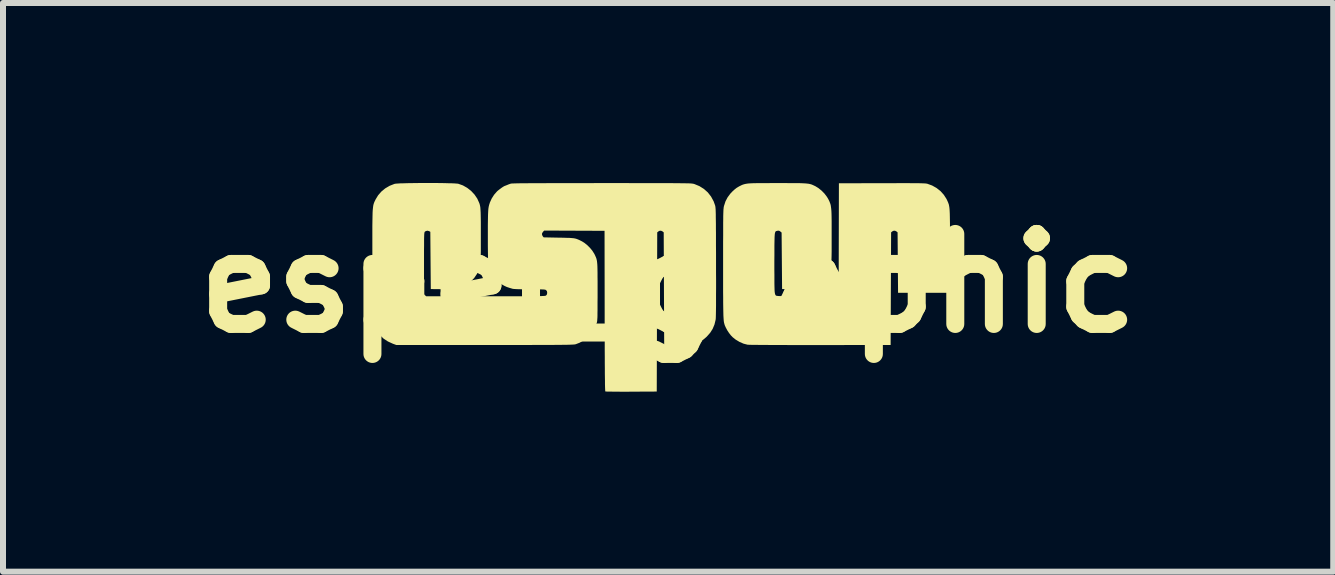
<source format=kicad_pcb>
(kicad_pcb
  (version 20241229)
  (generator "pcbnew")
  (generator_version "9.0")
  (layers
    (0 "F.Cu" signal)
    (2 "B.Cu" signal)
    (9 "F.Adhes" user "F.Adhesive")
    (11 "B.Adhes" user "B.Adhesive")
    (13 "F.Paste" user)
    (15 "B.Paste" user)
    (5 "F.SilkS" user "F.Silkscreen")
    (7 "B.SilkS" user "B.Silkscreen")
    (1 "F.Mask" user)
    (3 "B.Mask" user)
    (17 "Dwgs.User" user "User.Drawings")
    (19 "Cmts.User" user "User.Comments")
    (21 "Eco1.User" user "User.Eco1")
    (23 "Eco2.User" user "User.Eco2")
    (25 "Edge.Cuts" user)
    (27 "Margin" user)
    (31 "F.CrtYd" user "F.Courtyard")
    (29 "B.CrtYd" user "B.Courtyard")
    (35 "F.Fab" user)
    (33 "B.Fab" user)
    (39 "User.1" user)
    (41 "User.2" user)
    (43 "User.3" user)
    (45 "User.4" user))
  (footprint "esper_graphic"
    (layer "F.Cu")
    (at 8.086 1.671)
    (property "Reference" "esper_graphic" (at 0 0 0) (layer "F.SilkS") (effects (font (size 1.5 1.5) (thickness 0.3))))
    (attr board_only exclude_from_pos_files exclude_from_bom)
    (fp_poly (pts (xy 1.821 -1.67) (xy 1.924 -1.67) (xy 2.013 -1.669) (xy 2.088 -1.669) (xy 2.152 -1.669) (xy 2.206 -1.668) (xy 2.251 -1.666) (xy 2.288 -1.664) (xy 2.319 -1.661) (xy 2.344 -1.658) (xy 2.366 -1.653) (xy 2.385 -1.648) (xy 2.403 -1.641) (xy 2.421 -1.633) (xy 2.44 -1.624) (xy 2.453 -1.618) (xy 2.505 -1.586) (xy 2.558 -1.543) (xy 2.606 -1.494) (xy 2.646 -1.441) (xy 2.666 -1.408) (xy 2.678 -1.385) (xy 2.688 -1.364) (xy 2.696 -1.343) (xy 2.704 -1.322) (xy 2.71 -1.298) (xy 2.714 -1.271) (xy 2.718 -1.239) (xy 2.721 -1.201) (xy 2.723 -1.156) (xy 2.724 -1.101) (xy 2.725 -1.036) (xy 2.725 -0.96) (xy 2.725 -0.87) (xy 2.725 -0.784) (xy 2.725 -0.685) (xy 2.725 -0.6) (xy 2.725 -0.527) (xy 2.724 -0.466) (xy 2.723 -0.415) (xy 2.721 -0.373) (xy 2.719 -0.338) (xy 2.716 -0.309) (xy 2.711 -0.285) (xy 2.706 -0.264) (xy 2.7 -0.244) (xy 2.693 -0.226) (xy 2.684 -0.206) (xy 2.675 -0.188) (xy 2.631 -0.111) (xy 2.577 -0.047) (xy 2.512 0.007) (xy 2.437 0.05) (xy 2.408 0.064) (xy 2.381 0.074) (xy 2.354 0.082) (xy 2.325 0.088) (xy 2.291 0.092) (xy 2.25 0.095) (xy 2.199 0.096) (xy 2.137 0.097) (xy 2.097 0.097) (xy 1.899 0.097) (xy 1.895 -0.374) (xy 1.891 -0.845) (xy 1.872 -0.861) (xy 1.853 -0.874) (xy 1.833 -0.877) (xy 1.811 -0.872) (xy 1.803 -0.87) (xy 1.796 -0.867) (xy 1.79 -0.862) (xy 1.786 -0.854) (xy 1.782 -0.843) (xy 1.778 -0.825) (xy 1.776 -0.802) (xy 1.774 -0.771) (xy 1.773 -0.732) (xy 1.772 -0.683) (xy 1.771 -0.624) (xy 1.771 -0.552) (xy 1.771 -0.468) (xy 1.77 -0.37) (xy 1.77 -0.33) (xy 1.77 -0.228) (xy 1.771 -0.14) (xy 1.771 -0.066) (xy 1.771 -0.004) (xy 1.772 0.047) (xy 1.773 0.089) (xy 1.774 0.122) (xy 1.776 0.147) (xy 1.779 0.166) (xy 1.782 0.18) (xy 1.786 0.19) (xy 1.79 0.198) (xy 1.795 0.203) (xy 1.801 0.207) (xy 1.807 0.209) (xy 1.821 0.211) (xy 1.844 0.213) (xy 1.876 0.214) (xy 1.918 0.215) (xy 1.971 0.216) (xy 2.037 0.216) (xy 2.115 0.217) (xy 2.207 0.217) (xy 2.311 0.217) (xy 2.808 0.217) (xy 2.825 0.199) (xy 2.842 0.182) (xy 2.844 -0.742) (xy 2.846 -1.666) (xy 3.56 -1.668) (xy 3.683 -1.668) (xy 3.792 -1.668) (xy 3.887 -1.669) (xy 3.969 -1.669) (xy 4.04 -1.668) (xy 4.1 -1.668) (xy 4.15 -1.668) (xy 4.192 -1.667) (xy 4.226 -1.666) (xy 4.253 -1.665) (xy 4.275 -1.664) (xy 4.292 -1.663) (xy 4.305 -1.661) (xy 4.316 -1.659) (xy 4.321 -1.658) (xy 4.4 -1.629) (xy 4.473 -1.588) (xy 4.539 -1.536) (xy 4.594 -1.475) (xy 4.638 -1.407) (xy 4.643 -1.397) (xy 4.652 -1.378) (xy 4.66 -1.36) (xy 4.667 -1.344) (xy 4.673 -1.327) (xy 4.679 -1.309) (xy 4.683 -1.288) (xy 4.687 -1.264) (xy 4.69 -1.235) (xy 4.692 -1.201) (xy 4.694 -1.16) (xy 4.695 -1.112) (xy 4.696 -1.055) (xy 4.697 -0.988) (xy 4.697 -0.91) (xy 4.697 -0.821) (xy 4.697 -0.718) (xy 4.696 -0.602) (xy 4.696 -0.53) (xy 4.694 0.159) (xy 4.263 0.159) (xy 3.832 0.159) (xy 3.828 -0.344) (xy 3.824 -0.848) (xy 3.806 -0.863) (xy 3.78 -0.876) (xy 3.753 -0.874) (xy 3.734 -0.863) (xy 3.716 -0.848) (xy 3.712 0.091) (xy 3.708 1.029) (xy 2.535 1.03) (xy 2.401 1.03) (xy 2.27 1.03) (xy 2.145 1.03) (xy 2.024 1.03) (xy 1.91 1.029) (xy 1.804 1.029) (xy 1.706 1.029) (xy 1.617 1.028) (xy 1.538 1.028) (xy 1.47 1.027) (xy 1.413 1.027) (xy 1.37 1.026) (xy 1.34 1.025) (xy 1.324 1.024) (xy 1.323 1.024) (xy 1.257 1.007) (xy 1.19 0.978) (xy 1.125 0.939) (xy 1.075 0.899) (xy 1.045 0.868) (xy 1.014 0.828) (xy 0.985 0.784) (xy 0.963 0.742) (xy 0.959 0.735) (xy 0.953 0.721) (xy 0.947 0.708) (xy 0.942 0.695) (xy 0.938 0.681) (xy 0.934 0.666) (xy 0.93 0.649) (xy 0.927 0.628) (xy 0.925 0.604) (xy 0.923 0.574) (xy 0.921 0.538) (xy 0.92 0.495) (xy 0.919 0.445) (xy 0.918 0.386) (xy 0.917 0.318) (xy 0.917 0.239) (xy 0.916 0.149) (xy 0.916 0.047) (xy 0.916 -0.068) (xy 0.916 -0.197) (xy 0.916 -0.321) (xy 0.916 -0.46) (xy 0.916 -0.583) (xy 0.916 -0.693) (xy 0.917 -0.79) (xy 0.917 -0.875) (xy 0.917 -0.949) (xy 0.917 -1.013) (xy 0.918 -1.067) (xy 0.918 -1.113) (xy 0.919 -1.151) (xy 0.92 -1.183) (xy 0.921 -1.209) (xy 0.922 -1.23) (xy 0.924 -1.246) (xy 0.925 -1.26) (xy 0.927 -1.271) (xy 0.929 -1.281) (xy 0.931 -1.291) (xy 0.932 -1.292) (xy 0.956 -1.366) (xy 0.991 -1.432) (xy 1.037 -1.494) (xy 1.067 -1.526) (xy 1.106 -1.562) (xy 1.14 -1.589) (xy 1.175 -1.61) (xy 1.189 -1.618) (xy 1.21 -1.628) (xy 1.228 -1.637) (xy 1.246 -1.644) (xy 1.265 -1.65) (xy 1.285 -1.655) (xy 1.308 -1.659) (xy 1.335 -1.663) (xy 1.368 -1.665) (xy 1.408 -1.667) (xy 1.456 -1.668) (xy 1.514 -1.669) (xy 1.583 -1.669) (xy 1.664 -1.669) (xy 1.758 -1.67)) (stroke (width 0) (type solid)) (fill yes) (layer "F.SilkS"))
    (fp_poly (pts (xy -3.958 -1.671) (xy -3.878 -1.671) (xy -3.801 -1.67) (xy -3.729 -1.669) (xy -3.664 -1.667) (xy -3.606 -1.666) (xy -3.559 -1.664) (xy -3.523 -1.661) (xy -3.5 -1.659) (xy -3.497 -1.658) (xy -3.421 -1.631) (xy -3.349 -1.59) (xy -3.284 -1.539) (xy -3.227 -1.478) (xy -3.181 -1.41) (xy -3.149 -1.339) (xy -3.143 -1.323) (xy -3.139 -1.307) (xy -3.135 -1.29) (xy -3.131 -1.269) (xy -3.129 -1.245) (xy -3.127 -1.216) (xy -3.125 -1.18) (xy -3.124 -1.136) (xy -3.123 -1.083) (xy -3.122 -1.02) (xy -3.122 -0.944) (xy -3.122 -0.855) (xy -3.122 -0.787) (xy -3.122 -0.689) (xy -3.122 -0.605) (xy -3.122 -0.535) (xy -3.123 -0.475) (xy -3.124 -0.426) (xy -3.125 -0.386) (xy -3.126 -0.353) (xy -3.129 -0.326) (xy -3.131 -0.304) (xy -3.135 -0.285) (xy -3.139 -0.269) (xy -3.144 -0.253) (xy -3.149 -0.237) (xy -3.185 -0.158) (xy -3.233 -0.087) (xy -3.292 -0.026) (xy -3.362 0.025) (xy -3.44 0.063) (xy -3.509 0.086) (xy -3.53 0.091) (xy -3.551 0.094) (xy -3.574 0.097) (xy -3.601 0.099) (xy -3.636 0.1) (xy -3.679 0.1) (xy -3.735 0.099) (xy -3.764 0.099) (xy -3.956 0.097) (xy -3.96 -0.38) (xy -3.964 -0.857) (xy -3.984 -0.869) (xy -4.011 -0.876) (xy -4.039 -0.87) (xy -4.057 -0.857) (xy -4.059 -0.854) (xy -4.061 -0.847) (xy -4.063 -0.836) (xy -4.065 -0.82) (xy -4.066 -0.798) (xy -4.067 -0.769) (xy -4.068 -0.73) (xy -4.068 -0.683) (xy -4.068 -0.625) (xy -4.069 -0.554) (xy -4.069 -0.472) (xy -4.069 -0.375) (xy -4.069 -0.331) (xy -4.069 0.184) (xy -4.051 0.201) (xy -4.033 0.217) (xy -3.042 0.217) (xy -2.898 0.217) (xy -2.768 0.217) (xy -2.652 0.217) (xy -2.55 0.217) (xy -2.459 0.217) (xy -2.38 0.217) (xy -2.312 0.217) (xy -2.254 0.216) (xy -2.205 0.216) (xy -2.164 0.215) (xy -2.13 0.214) (xy -2.103 0.213) (xy -2.082 0.212) (xy -2.066 0.211) (xy -2.054 0.21) (xy -2.046 0.208) (xy -2.04 0.207) (xy -2.036 0.205) (xy -2.034 0.203) (xy -2.02 0.185) (xy -2.016 0.159) (xy -2.02 0.133) (xy -2.034 0.115) (xy -2.04 0.111) (xy -2.047 0.108) (xy -2.058 0.106) (xy -2.075 0.104) (xy -2.098 0.103) (xy -2.13 0.102) (xy -2.172 0.101) (xy -2.226 0.101) (xy -2.293 0.101) (xy -2.304 0.101) (xy -2.378 0.101) (xy -2.442 0.1) (xy -2.497 0.099) (xy -2.541 0.097) (xy -2.572 0.095) (xy -2.589 0.093) (xy -2.644 0.077) (xy -2.689 0.062) (xy -2.728 0.044) (xy -2.765 0.023) (xy -2.787 0.008) (xy -2.846 -0.04) (xy -2.9 -0.101) (xy -2.917 -0.124) (xy -2.937 -0.155) (xy -2.954 -0.187) (xy -2.967 -0.215) (xy -2.974 -0.236) (xy -2.974 -0.241) (xy -2.978 -0.256) (xy -2.981 -0.261) (xy -2.986 -0.269) (xy -2.99 -0.283) (xy -2.994 -0.304) (xy -2.997 -0.332) (xy -3 -0.368) (xy -3.002 -0.414) (xy -3.003 -0.471) (xy -3.004 -0.539) (xy -3.005 -0.62) (xy -3.005 -0.715) (xy -3.005 -0.785) (xy -3.005 -0.883) (xy -3.005 -0.966) (xy -3.004 -1.036) (xy -3.003 -1.096) (xy -3.002 -1.145) (xy -3 -1.187) (xy -2.998 -1.221) (xy -2.995 -1.25) (xy -2.991 -1.275) (xy -2.986 -1.297) (xy -2.98 -1.318) (xy -2.973 -1.339) (xy -2.971 -1.346) (xy -2.941 -1.412) (xy -2.901 -1.475) (xy -2.853 -1.53) (xy -2.84 -1.542) (xy -2.82 -1.558) (xy -2.796 -1.576) (xy -2.77 -1.595) (xy -2.747 -1.61) (xy -2.729 -1.62) (xy -2.722 -1.623) (xy -2.713 -1.626) (xy -2.695 -1.633) (xy -2.685 -1.637) (xy -2.656 -1.649) (xy -2.626 -1.659) (xy -2.62 -1.661) (xy -2.611 -1.662) (xy -2.592 -1.663) (xy -2.563 -1.664) (xy -2.524 -1.665) (xy -2.474 -1.666) (xy -2.413 -1.666) (xy -2.34 -1.667) (xy -2.256 -1.668) (xy -2.159 -1.668) (xy -2.049 -1.668) (xy -1.925 -1.669) (xy -1.789 -1.669) (xy -1.638 -1.669) (xy -1.473 -1.669) (xy -1.293 -1.669) (xy -1.101 -1.67) (xy -0.923 -1.67) (xy -0.759 -1.67) (xy -0.61 -1.669) (xy -0.474 -1.669) (xy -0.351 -1.669) (xy -0.24 -1.669) (xy -0.14 -1.669) (xy -0.052 -1.669) (xy 0.027 -1.669) (xy 0.095 -1.668) (xy 0.155 -1.668) (xy 0.207 -1.667) (xy 0.252 -1.667) (xy 0.289 -1.666) (xy 0.321 -1.665) (xy 0.346 -1.665) (xy 0.368 -1.664) (xy 0.385 -1.663) (xy 0.398 -1.661) (xy 0.409 -1.66) (xy 0.417 -1.659) (xy 0.424 -1.657) (xy 0.431 -1.655) (xy 0.436 -1.654) (xy 0.521 -1.619) (xy 0.596 -1.572) (xy 0.661 -1.514) (xy 0.715 -1.445) (xy 0.758 -1.366) (xy 0.782 -1.299) (xy 0.784 -1.292) (xy 0.786 -1.282) (xy 0.788 -1.271) (xy 0.789 -1.256) (xy 0.791 -1.237) (xy 0.792 -1.213) (xy 0.793 -1.183) (xy 0.794 -1.146) (xy 0.794 -1.102) (xy 0.795 -1.05) (xy 0.796 -0.988) (xy 0.796 -0.916) (xy 0.797 -0.833) (xy 0.797 -0.738) (xy 0.797 -0.63) (xy 0.798 -0.508) (xy 0.798 -0.372) (xy 0.798 -0.349) (xy 0.798 -0.191) (xy 0.799 -0.049) (xy 0.799 0.079) (xy 0.798 0.193) (xy 0.798 0.292) (xy 0.798 0.377) (xy 0.797 0.448) (xy 0.796 0.506) (xy 0.795 0.55) (xy 0.794 0.582) (xy 0.792 0.602) (xy 0.792 0.606) (xy 0.772 0.688) (xy 0.742 0.76) (xy 0.7 0.826) (xy 0.644 0.889) (xy 0.639 0.894) (xy 0.593 0.934) (xy 0.55 0.963) (xy 0.52 0.979) (xy 0.491 0.993) (xy 0.466 1.004) (xy 0.441 1.012) (xy 0.416 1.018) (xy 0.388 1.023) (xy 0.355 1.026) (xy 0.314 1.028) (xy 0.263 1.029) (xy 0.2 1.029) (xy 0.159 1.029) (xy -0.066 1.029) (xy -0.07 0.091) (xy -0.074 -0.848) (xy -0.092 -0.863) (xy -0.119 -0.876) (xy -0.145 -0.874) (xy -0.164 -0.863) (xy -0.182 -0.848) (xy -0.186 0.479) (xy -0.19 1.805) (xy -0.613 1.807) (xy -0.693 1.808) (xy -0.769 1.808) (xy -0.838 1.807) (xy -0.9 1.807) (xy -0.952 1.806) (xy -0.995 1.806) (xy -1.026 1.805) (xy -1.043 1.804) (xy -1.046 1.803) (xy -1.048 1.799) (xy -1.049 1.789) (xy -1.05 1.773) (xy -1.051 1.749) (xy -1.052 1.718) (xy -1.053 1.678) (xy -1.053 1.629) (xy -1.054 1.571) (xy -1.055 1.502) (xy -1.055 1.423) (xy -1.056 1.332) (xy -1.056 1.229) (xy -1.057 1.115) (xy -1.057 0.987) (xy -1.057 0.845) (xy -1.058 0.689) (xy -1.058 0.519) (xy -1.058 0.462) (xy -1.06 -0.874) (xy -1.563 -0.876) (xy -2.066 -0.878) (xy -2.085 -0.858) (xy -2.101 -0.834) (xy -2.102 -0.807) (xy -2.09 -0.783) (xy -2.075 -0.765) (xy -1.824 -0.76) (xy -1.751 -0.759) (xy -1.692 -0.757) (xy -1.644 -0.756) (xy -1.605 -0.753) (xy -1.573 -0.75) (xy -1.547 -0.745) (xy -1.523 -0.738) (xy -1.5 -0.729) (xy -1.475 -0.718) (xy -1.448 -0.704) (xy -1.437 -0.699) (xy -1.393 -0.671) (xy -1.347 -0.634) (xy -1.302 -0.589) (xy -1.264 -0.543) (xy -1.235 -0.497) (xy -1.232 -0.493) (xy -1.221 -0.471) (xy -1.212 -0.451) (xy -1.204 -0.433) (xy -1.197 -0.415) (xy -1.192 -0.396) (xy -1.187 -0.373) (xy -1.184 -0.347) (xy -1.181 -0.316) (xy -1.179 -0.277) (xy -1.178 -0.231) (xy -1.177 -0.175) (xy -1.177 -0.109) (xy -1.176 -0.031) (xy -1.176 0.06) (xy -1.176 0.136) (xy -1.176 0.235) (xy -1.177 0.32) (xy -1.177 0.392) (xy -1.177 0.452) (xy -1.178 0.501) (xy -1.178 0.542) (xy -1.179 0.574) (xy -1.181 0.599) (xy -1.182 0.619) (xy -1.184 0.635) (xy -1.186 0.648) (xy -1.189 0.658) (xy -1.191 0.664) (xy -1.224 0.748) (xy -1.271 0.824) (xy -1.329 0.89) (xy -1.397 0.946) (xy -1.475 0.991) (xy -1.54 1.016) (xy -1.546 1.017) (xy -1.553 1.019) (xy -1.563 1.02) (xy -1.575 1.021) (xy -1.592 1.022) (xy -1.613 1.023) (xy -1.638 1.024) (xy -1.67 1.025) (xy -1.707 1.026) (xy -1.752 1.026) (xy -1.804 1.027) (xy -1.865 1.027) (xy -1.934 1.028) (xy -2.014 1.028) (xy -2.103 1.028) (xy -2.203 1.028) (xy -2.316 1.029) (xy -2.44 1.029) (xy -2.577 1.029) (xy -2.728 1.029) (xy -2.893 1.029) (xy -3.056 1.029) (xy -4.531 1.029) (xy -4.588 1.008) (xy -4.671 0.97) (xy -4.744 0.922) (xy -4.806 0.862) (xy -4.857 0.791) (xy -4.899 0.707) (xy -4.91 0.679) (xy -4.927 0.633) (xy -4.929 -0.293) (xy -4.93 -0.437) (xy -4.93 -0.566) (xy -4.93 -0.681) (xy -4.93 -0.784) (xy -4.93 -0.874) (xy -4.93 -0.954) (xy -4.929 -1.023) (xy -4.928 -1.083) (xy -4.927 -1.134) (xy -4.926 -1.178) (xy -4.924 -1.215) (xy -4.921 -1.246) (xy -4.918 -1.272) (xy -4.915 -1.294) (xy -4.911 -1.312) (xy -4.906 -1.329) (xy -4.901 -1.343) (xy -4.895 -1.358) (xy -4.888 -1.372) (xy -4.88 -1.388) (xy -4.876 -1.397) (xy -4.834 -1.466) (xy -4.78 -1.528) (xy -4.716 -1.581) (xy -4.643 -1.624) (xy -4.564 -1.655) (xy -4.557 -1.657) (xy -4.539 -1.66) (xy -4.507 -1.662) (xy -4.463 -1.665) (xy -4.409 -1.666) (xy -4.346 -1.668) (xy -4.276 -1.669) (xy -4.2 -1.67) (xy -4.121 -1.671) (xy -4.04 -1.671)) (stroke (width 0) (type solid)) (fill yes) (layer "F.SilkS")))
  (gr_rect
    (start -3 -3)
    (end 19.171 6.478)
    (stroke (width 0.1) (type default))
    (fill no)
    (layer "Edge.Cuts")))
</source>
